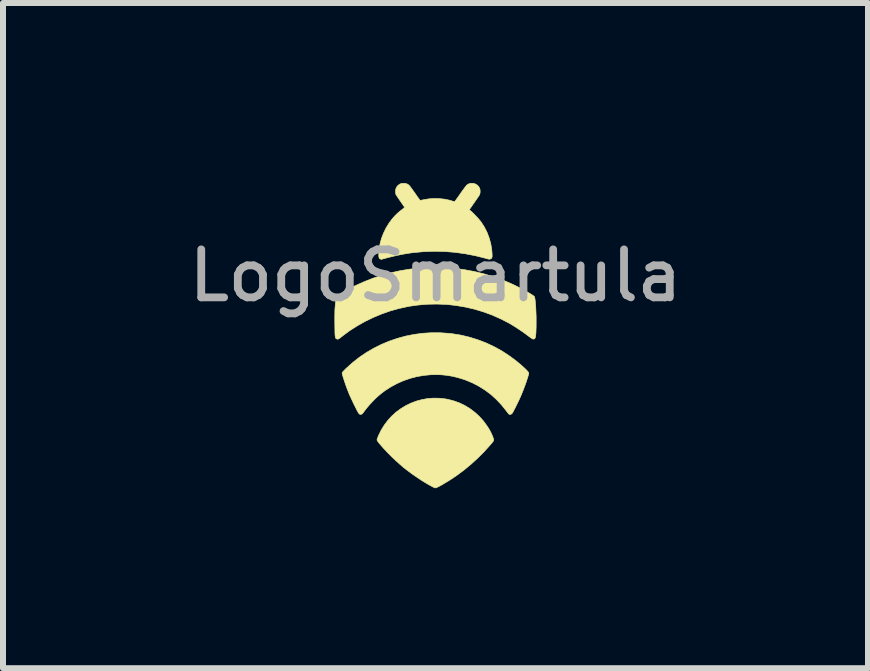
<source format=kicad_pcb>
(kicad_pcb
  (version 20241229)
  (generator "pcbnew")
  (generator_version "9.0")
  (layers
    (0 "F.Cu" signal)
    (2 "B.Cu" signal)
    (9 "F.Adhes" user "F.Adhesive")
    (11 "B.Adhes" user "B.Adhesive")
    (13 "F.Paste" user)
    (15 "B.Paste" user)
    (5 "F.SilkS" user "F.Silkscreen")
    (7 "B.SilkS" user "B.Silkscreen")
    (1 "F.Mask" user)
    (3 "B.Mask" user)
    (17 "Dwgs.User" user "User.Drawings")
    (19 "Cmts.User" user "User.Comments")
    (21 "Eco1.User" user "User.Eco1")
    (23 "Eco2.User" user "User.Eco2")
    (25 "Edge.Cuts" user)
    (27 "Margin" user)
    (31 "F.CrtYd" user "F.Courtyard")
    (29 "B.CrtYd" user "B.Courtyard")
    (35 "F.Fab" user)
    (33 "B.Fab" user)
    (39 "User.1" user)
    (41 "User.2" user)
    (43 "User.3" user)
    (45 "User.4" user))
  (footprint "LogoSmartula"
    (layer "F.Cu")
    (at 4.21 2.544)
    (property "Reference" "LogoSmartula" (at 0 -1 0) (layer "F.Fab") (effects (font (size 0.8 0.8) (thickness 0.13))))
    (attr through_hole)
    (fp_poly (pts (xy 0.068 1.045) (xy 0.168 1.056) (xy 0.21 1.064) (xy 0.308 1.09) (xy 0.402 1.124) (xy 0.492 1.168) (xy 0.577 1.22) (xy 0.657 1.281) (xy 0.732 1.349) (xy 0.8 1.425) (xy 0.861 1.509) (xy 0.892 1.557) (xy 0.907 1.584) (xy 0.923 1.614) (xy 0.937 1.645) (xy 0.95 1.674) (xy 0.96 1.701) (xy 0.967 1.722) (xy 0.97 1.737) (xy 0.97 1.738) (xy 0.97 1.745) (xy 0.967 1.752) (xy 0.962 1.762) (xy 0.952 1.775) (xy 0.939 1.792) (xy 0.92 1.814) (xy 0.903 1.834) (xy 0.807 1.94) (xy 0.703 2.044) (xy 0.593 2.144) (xy 0.479 2.239) (xy 0.362 2.326) (xy 0.302 2.367) (xy 0.263 2.393) (xy 0.223 2.419) (xy 0.183 2.443) (xy 0.144 2.466) (xy 0.108 2.488) (xy 0.075 2.506) (xy 0.046 2.521) (xy 0.023 2.532) (xy 0.007 2.538) (xy -0.001 2.54) (xy -0.011 2.538) (xy -0.027 2.532) (xy -0.043 2.524) (xy -0.127 2.478) (xy -0.215 2.425) (xy -0.303 2.367) (xy -0.392 2.306) (xy -0.476 2.243) (xy -0.521 2.208) (xy -0.587 2.152) (xy -0.656 2.09) (xy -0.726 2.024) (xy -0.794 1.956) (xy -0.858 1.888) (xy -0.906 1.834) (xy -0.931 1.805) (xy -0.949 1.783) (xy -0.962 1.765) (xy -0.97 1.752) (xy -0.974 1.743) (xy -0.975 1.736) (xy -0.973 1.728) (xy -0.968 1.713) (xy -0.96 1.693) (xy -0.951 1.67) (xy -0.949 1.665) (xy -0.904 1.574) (xy -0.852 1.49) (xy -0.793 1.412) (xy -0.727 1.34) (xy -0.655 1.275) (xy -0.577 1.218) (xy -0.495 1.168) (xy -0.408 1.126) (xy -0.318 1.092) (xy -0.224 1.067) (xy -0.129 1.05) (xy -0.031 1.043) (xy 0.068 1.045)) (stroke (width 0.01) (type solid)) (fill yes) (layer "F.SilkS"))
    (fp_poly (pts (xy 0.075 -0.047) (xy 0.221 -0.037) (xy 0.282 -0.03) (xy 0.426 -0.007) (xy 0.567 0.027) (xy 0.706 0.07) (xy 0.842 0.122) (xy 0.974 0.184) (xy 1.102 0.254) (xy 1.225 0.334) (xy 1.344 0.422) (xy 1.43 0.494) (xy 1.468 0.528) (xy 1.498 0.556) (xy 1.521 0.579) (xy 1.538 0.598) (xy 1.549 0.612) (xy 1.554 0.623) (xy 1.554 0.628) (xy 1.553 0.641) (xy 1.547 0.663) (xy 1.539 0.691) (xy 1.528 0.725) (xy 1.516 0.763) (xy 1.501 0.805) (xy 1.485 0.848) (xy 1.469 0.892) (xy 1.452 0.935) (xy 1.435 0.976) (xy 1.424 1.003) (xy 1.409 1.036) (xy 1.393 1.072) (xy 1.375 1.109) (xy 1.357 1.147) (xy 1.339 1.183) (xy 1.322 1.217) (xy 1.306 1.247) (xy 1.293 1.272) (xy 1.282 1.29) (xy 1.275 1.301) (xy 1.274 1.301) (xy 1.259 1.312) (xy 1.241 1.316) (xy 1.225 1.311) (xy 1.223 1.309) (xy 1.217 1.303) (xy 1.207 1.29) (xy 1.193 1.273) (xy 1.178 1.252) (xy 1.176 1.25) (xy 1.099 1.154) (xy 1.015 1.065) (xy 0.926 0.984) (xy 0.83 0.912) (xy 0.729 0.848) (xy 0.623 0.792) (xy 0.511 0.745) (xy 0.46 0.727) (xy 0.367 0.699) (xy 0.278 0.678) (xy 0.189 0.663) (xy 0.097 0.654) (xy 0.043 0.652) (xy -0.075 0.653) (xy -0.193 0.664) (xy -0.309 0.684) (xy -0.424 0.714) (xy -0.536 0.753) (xy -0.644 0.801) (xy -0.749 0.858) (xy -0.849 0.923) (xy -0.909 0.969) (xy -0.957 1.009) (xy -1.007 1.055) (xy -1.056 1.106) (xy -1.104 1.158) (xy -1.147 1.209) (xy -1.185 1.258) (xy -1.187 1.261) (xy -1.2 1.279) (xy -1.213 1.295) (xy -1.223 1.305) (xy -1.226 1.308) (xy -1.244 1.315) (xy -1.261 1.313) (xy -1.277 1.3) (xy -1.278 1.299) (xy -1.285 1.289) (xy -1.295 1.271) (xy -1.309 1.246) (xy -1.324 1.216) (xy -1.341 1.182) (xy -1.36 1.145) (xy -1.378 1.106) (xy -1.396 1.068) (xy -1.413 1.031) (xy -1.429 0.997) (xy -1.442 0.966) (xy -1.445 0.958) (xy -1.458 0.926) (xy -1.472 0.891) (xy -1.486 0.853) (xy -1.5 0.814) (xy -1.513 0.775) (xy -1.525 0.738) (xy -1.536 0.705) (xy -1.545 0.675) (xy -1.552 0.652) (xy -1.555 0.636) (xy -1.556 0.632) (xy -1.556 0.625) (xy -1.554 0.618) (xy -1.549 0.61) (xy -1.541 0.6) (xy -1.528 0.586) (xy -1.51 0.568) (xy -1.491 0.549) (xy -1.384 0.453) (xy -1.272 0.364) (xy -1.154 0.284) (xy -1.031 0.212) (xy -0.903 0.148) (xy -0.771 0.093) (xy -0.636 0.047) (xy -0.498 0.009) (xy -0.357 -0.019) (xy -0.215 -0.038) (xy -0.07 -0.047) (xy 0.075 -0.047)) (stroke (width 0.01) (type solid)) (fill yes) (layer "F.SilkS"))
    (fp_poly (pts (xy 0.032 -1.135) (xy 0.074 -1.135) (xy 0.113 -1.134) (xy 0.149 -1.133) (xy 0.179 -1.133) (xy 0.202 -1.131) (xy 0.213 -1.131) (xy 0.226 -1.129) (xy 0.247 -1.127) (xy 0.273 -1.124) (xy 0.302 -1.122) (xy 0.318 -1.12) (xy 0.484 -1.098) (xy 0.651 -1.067) (xy 0.817 -1.026) (xy 0.98 -0.976) (xy 1.14 -0.918) (xy 1.258 -0.867) (xy 1.298 -0.849) (xy 1.34 -0.828) (xy 1.384 -0.806) (xy 1.427 -0.784) (xy 1.469 -0.761) (xy 1.509 -0.739) (xy 1.546 -0.718) (xy 1.579 -0.698) (xy 1.607 -0.681) (xy 1.629 -0.666) (xy 1.644 -0.655) (xy 1.65 -0.648) (xy 1.654 -0.634) (xy 1.658 -0.612) (xy 1.662 -0.582) (xy 1.665 -0.546) (xy 1.669 -0.504) (xy 1.672 -0.459) (xy 1.674 -0.41) (xy 1.676 -0.361) (xy 1.678 -0.311) (xy 1.678 -0.262) (xy 1.678 -0.215) (xy 1.678 -0.21) (xy 1.678 -0.149) (xy 1.676 -0.098) (xy 1.675 -0.055) (xy 1.672 -0.021) (xy 1.669 0.006) (xy 1.666 0.026) (xy 1.661 0.04) (xy 1.656 0.048) (xy 1.655 0.049) (xy 1.646 0.056) (xy 1.635 0.059) (xy 1.622 0.057) (xy 1.607 0.049) (xy 1.587 0.036) (xy 1.561 0.017) (xy 1.549 0.008) (xy 1.51 -0.021) (xy 1.465 -0.054) (xy 1.415 -0.088) (xy 1.364 -0.122) (xy 1.313 -0.155) (xy 1.265 -0.184) (xy 1.228 -0.206) (xy 1.088 -0.278) (xy 0.944 -0.342) (xy 0.796 -0.396) (xy 0.646 -0.441) (xy 0.493 -0.476) (xy 0.338 -0.502) (xy 0.182 -0.519) (xy 0.025 -0.525) (xy -0.132 -0.522) (xy -0.289 -0.509) (xy -0.446 -0.487) (xy -0.457 -0.484) (xy -0.605 -0.452) (xy -0.753 -0.411) (xy -0.898 -0.36) (xy -1.039 -0.301) (xy -1.177 -0.234) (xy -1.31 -0.159) (xy -1.437 -0.077) (xy -1.545 0.003) (xy -1.572 0.025) (xy -1.593 0.041) (xy -1.609 0.051) (xy -1.62 0.058) (xy -1.63 0.06) (xy -1.637 0.06) (xy -1.645 0.057) (xy -1.652 0.053) (xy -1.66 0.048) (xy -1.666 0.04) (xy -1.669 0.029) (xy -1.672 0.01) (xy -1.674 -0.003) (xy -1.675 -0.018) (xy -1.676 -0.041) (xy -1.677 -0.072) (xy -1.677 -0.109) (xy -1.678 -0.149) (xy -1.678 -0.192) (xy -1.679 -0.236) (xy -1.679 -0.28) (xy -1.679 -0.322) (xy -1.678 -0.36) (xy -1.678 -0.393) (xy -1.677 -0.42) (xy -1.677 -0.438) (xy -1.676 -0.442) (xy -1.674 -0.469) (xy -1.672 -0.497) (xy -1.669 -0.522) (xy -1.669 -0.527) (xy -1.666 -0.564) (xy -1.662 -0.597) (xy -1.658 -0.623) (xy -1.654 -0.641) (xy -1.651 -0.65) (xy -1.644 -0.657) (xy -1.629 -0.668) (xy -1.608 -0.682) (xy -1.581 -0.699) (xy -1.55 -0.718) (xy -1.515 -0.738) (xy -1.478 -0.758) (xy -1.44 -0.779) (xy -1.403 -0.799) (xy -1.367 -0.817) (xy -1.337 -0.832) (xy -1.189 -0.898) (xy -1.042 -0.956) (xy -0.895 -1.005) (xy -0.746 -1.046) (xy -0.594 -1.08) (xy -0.438 -1.106) (xy -0.276 -1.124) (xy -0.173 -1.133) (xy -0.152 -1.134) (xy -0.124 -1.134) (xy -0.09 -1.135) (xy -0.052 -1.135) (xy -0.01 -1.135) (xy 0.032 -1.135)) (stroke (width 0.01) (type solid)) (fill yes) (layer "F.SilkS"))
    (fp_poly (pts (xy 0.627 -2.538) (xy 0.663 -2.528) (xy 0.67 -2.524) (xy 0.695 -2.509) (xy 0.714 -2.491) (xy 0.73 -2.467) (xy 0.734 -2.459) (xy 0.741 -2.44) (xy 0.744 -2.415) (xy 0.744 -2.389) (xy 0.74 -2.364) (xy 0.735 -2.348) (xy 0.729 -2.339) (xy 0.719 -2.323) (xy 0.705 -2.302) (xy 0.687 -2.276) (xy 0.667 -2.247) (xy 0.645 -2.215) (xy 0.644 -2.214) (xy 0.563 -2.097) (xy 0.582 -2.082) (xy 0.601 -2.066) (xy 0.624 -2.044) (xy 0.65 -2.018) (xy 0.677 -1.989) (xy 0.704 -1.961) (xy 0.728 -1.933) (xy 0.748 -1.909) (xy 0.761 -1.892) (xy 0.816 -1.807) (xy 0.861 -1.717) (xy 0.896 -1.624) (xy 0.922 -1.529) (xy 0.938 -1.43) (xy 0.943 -1.369) (xy 0.944 -1.338) (xy 0.944 -1.316) (xy 0.941 -1.301) (xy 0.936 -1.29) (xy 0.927 -1.283) (xy 0.916 -1.277) (xy 0.908 -1.274) (xy 0.9 -1.273) (xy 0.891 -1.274) (xy 0.877 -1.276) (xy 0.857 -1.282) (xy 0.836 -1.288) (xy 0.669 -1.33) (xy 0.499 -1.363) (xy 0.327 -1.387) (xy 0.154 -1.401) (xy -0.02 -1.405) (xy -0.193 -1.399) (xy -0.365 -1.383) (xy -0.436 -1.374) (xy -0.503 -1.363) (xy -0.576 -1.35) (xy -0.652 -1.334) (xy -0.728 -1.316) (xy -0.801 -1.298) (xy -0.866 -1.28) (xy -0.885 -1.275) (xy -0.897 -1.272) (xy -0.904 -1.271) (xy -0.91 -1.272) (xy -0.916 -1.274) (xy -0.917 -1.275) (xy -0.93 -1.282) (xy -0.938 -1.291) (xy -0.943 -1.304) (xy -0.945 -1.324) (xy -0.946 -1.35) (xy -0.94 -1.439) (xy -0.925 -1.529) (xy -0.901 -1.618) (xy -0.867 -1.706) (xy -0.826 -1.791) (xy -0.776 -1.872) (xy -0.72 -1.948) (xy -0.714 -1.954) (xy -0.678 -1.995) (xy -0.641 -2.032) (xy -0.599 -2.068) (xy -0.56 -2.099) (xy -0.539 -2.115) (xy -0.524 -2.129) (xy -0.517 -2.137) (xy -0.516 -2.14) (xy -0.52 -2.146) (xy -0.529 -2.159) (xy -0.542 -2.177) (xy -0.558 -2.201) (xy -0.576 -2.227) (xy -0.587 -2.243) (xy -0.607 -2.272) (xy -0.625 -2.298) (xy -0.64 -2.321) (xy -0.652 -2.339) (xy -0.659 -2.351) (xy -0.661 -2.355) (xy -0.664 -2.368) (xy -0.666 -2.387) (xy -0.667 -2.403) (xy -0.663 -2.44) (xy -0.65 -2.473) (xy -0.628 -2.501) (xy -0.597 -2.524) (xy -0.593 -2.526) (xy -0.568 -2.535) (xy -0.538 -2.538) (xy -0.508 -2.537) (xy -0.48 -2.53) (xy -0.467 -2.524) (xy -0.458 -2.519) (xy -0.45 -2.513) (xy -0.443 -2.507) (xy -0.434 -2.498) (xy -0.425 -2.487) (xy -0.413 -2.472) (xy -0.399 -2.452) (xy -0.38 -2.426) (xy -0.357 -2.394) (xy -0.34 -2.37) (xy -0.319 -2.34) (xy -0.3 -2.312) (xy -0.283 -2.289) (xy -0.269 -2.271) (xy -0.26 -2.258) (xy -0.255 -2.253) (xy -0.255 -2.253) (xy -0.249 -2.254) (xy -0.235 -2.257) (xy -0.216 -2.261) (xy -0.198 -2.264) (xy -0.112 -2.279) (xy -0.024 -2.285) (xy 0.064 -2.283) (xy 0.15 -2.274) (xy 0.232 -2.257) (xy 0.287 -2.24) (xy 0.318 -2.23) (xy 0.326 -2.24) (xy 0.331 -2.247) (xy 0.341 -2.261) (xy 0.355 -2.281) (xy 0.373 -2.305) (xy 0.393 -2.334) (xy 0.415 -2.365) (xy 0.421 -2.375) (xy 0.444 -2.407) (xy 0.466 -2.437) (xy 0.485 -2.463) (xy 0.502 -2.485) (xy 0.515 -2.501) (xy 0.524 -2.511) (xy 0.525 -2.512) (xy 0.557 -2.53) (xy 0.591 -2.539) (xy 0.627 -2.538)) (stroke (width 0.01) (type solid)) (fill yes) (layer "F.SilkS")))
  (gr_rect
    (start -3 -3)
    (end 11.42 8.089)
    (stroke (width 0.1) (type default))
    (fill no)
    (layer "Edge.Cuts")))
</source>
